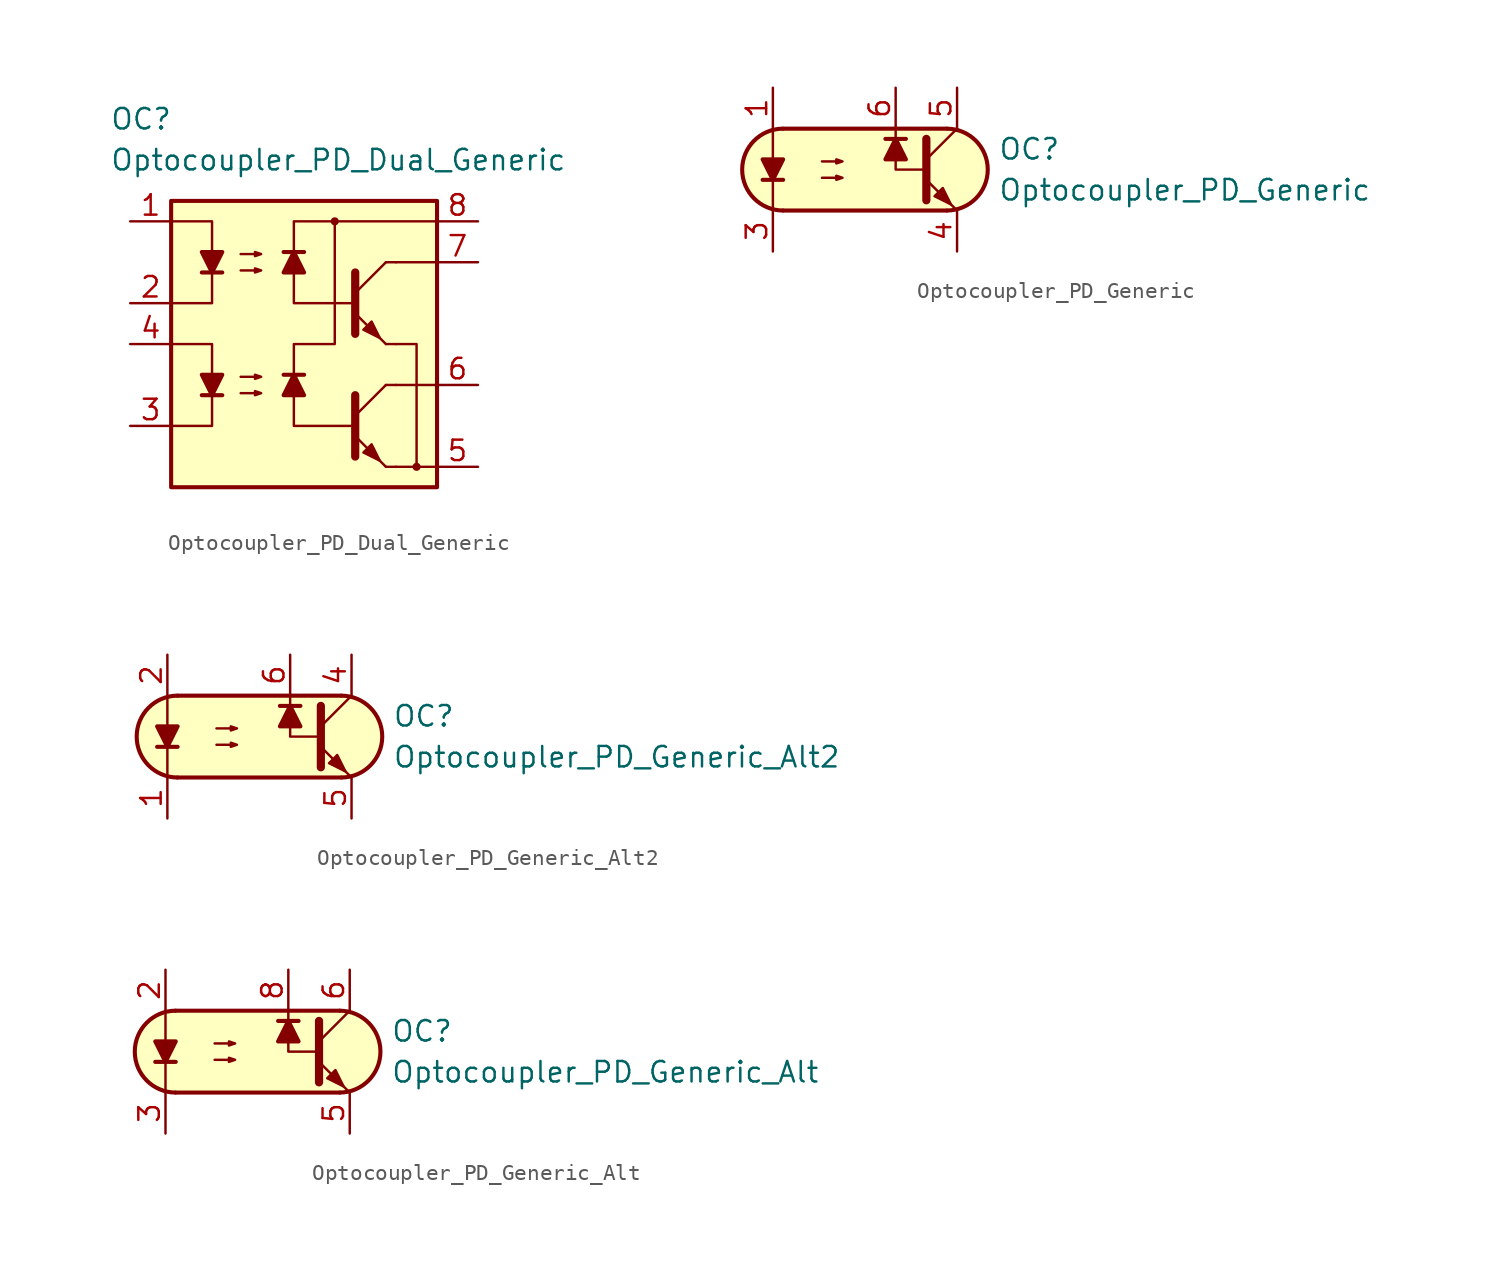
<source format=kicad_sym>
(kicad_symbol_lib
  (version 20211014)
  (generator kicad_symbol_editor)
  (symbol "Optocoupler_PD_Dual_Generic"
    (pin_names
      (offset 1.016))
    (property "Reference" "OC"
      (at -10.16 17.78 0)
      (effects (font (size 1.27 1.27)) (justify left)))
    (property "Value" "Optocoupler_PD_Dual_Generic"
      (at -10.16 15.24 0)
      (effects (font (size 1.27 1.27)) (justify left)))
    (symbol "Optocoupler_PD_Dual_Generic_0_0"
      (rectangle (start -6.35 12.7) (end 10.16 -5.08) (stroke (width 0.254) (type default) (color 0 0 0 0)) (fill (type background)))
      (polyline (pts (xy 7.62 8.89) (xy 10.16 8.89)) (stroke (width 0) (type default) (color 0 0 0 0)) (fill (type none)))
      (polyline (pts (xy 10.16 -3.81) (xy 7.62 -3.81)) (stroke (width 0) (type default) (color 0 0 0 0)) (fill (type none)))
      (polyline (pts (xy 10.16 1.27) (xy 7.62 1.27)) (stroke (width 0) (type default) (color 0 0 0 0)) (fill (type none)))
      (polyline (pts (xy 7.62 3.81) (xy 8.89 3.81) (xy 8.89 -3.81)) (stroke (width 0) (type default) (color 0 0 0 0)) (fill (type none)))
      (polyline (pts (xy 5.08 6.35) (xy 1.27 6.35) (xy 1.27 11.43) (xy 10.16 11.43)) (stroke (width 0) (type default) (color 0 0 0 0)) (fill (type none)))
      (polyline (pts (xy 5.08 -1.27) (xy 1.27 -1.27) (xy 1.27 3.81) (xy 3.81 3.81) (xy 3.81 11.43)) (stroke (width 0) (type default) (color 0 0 0 0)) (fill (type none)))
      (circle (center 3.81 11.43) (radius 0.178) (stroke (width 0) (type default) (color 0 0 0 0)) (fill (type outline))))
    (symbol "Optocoupler_PD_Dual_Generic_0_1"
      (polyline (pts (xy -4.445 0.635) (xy -3.175 0.635)) (stroke (width 0.254) (type default) (color 0 0 0 0)) (fill (type none)))
      (polyline (pts (xy 5.08 -0.635) (xy 6.985 1.27)) (stroke (width 0) (type default) (color 0 0 0 0)) (fill (type none)))
      (polyline (pts (xy 6.985 -3.81) (xy 5.08 -1.905)) (stroke (width 0) (type default) (color 0 0 0 0)) (fill (type outline)))
      (polyline (pts (xy 6.985 -3.81) (xy 7.62 -3.81)) (stroke (width 0) (type default) (color 0 0 0 0)) (fill (type none)))
      (polyline (pts (xy 6.985 1.27) (xy 7.62 1.27)) (stroke (width 0) (type default) (color 0 0 0 0)) (fill (type none)))
      (polyline (pts (xy -6.35 3.81) (xy -3.81 3.81) (xy -3.81 0.635)) (stroke (width 0) (type default) (color 0 0 0 0)) (fill (type none)))
      (polyline (pts (xy -3.81 0.635) (xy -3.81 -1.27) (xy -6.35 -1.27)) (stroke (width 0) (type default) (color 0 0 0 0)) (fill (type none)))
      (polyline (pts (xy 5.08 0.635) (xy 5.08 -3.175) (xy 5.08 -3.175)) (stroke (width 0.508) (type default) (color 0 0 0 0)) (fill (type none)))
      (polyline (pts (xy -3.81 0.635) (xy -4.445 1.905) (xy -3.175 1.905) (xy -3.81 0.635)) (stroke (width 0.254) (type default) (color 0 0 0 0)) (fill (type outline)))
      (polyline (pts (xy -2.032 0.762) (xy -0.762 0.762) (xy -1.143 0.635) (xy -1.143 0.889) (xy -0.762 0.762)) (stroke (width 0) (type default) (color 0 0 0 0)) (fill (type none)))
      (polyline (pts (xy -2.032 1.778) (xy -0.762 1.778) (xy -1.143 1.651) (xy -1.143 1.905) (xy -0.762 1.778)) (stroke (width 0) (type default) (color 0 0 0 0)) (fill (type none)))
      (polyline (pts (xy 5.588 -2.921) (xy 6.096 -2.413) (xy 6.604 -3.429) (xy 5.588 -2.921) (xy 5.588 -2.921)) (stroke (width 0) (type default) (color 0 0 0 0)) (fill (type outline))))
    (symbol "Optocoupler_PD_Dual_Generic_1_1"
      (polyline (pts (xy -4.445 8.255) (xy -3.175 8.255)) (stroke (width 0.254) (type default) (color 0 0 0 0)) (fill (type none)))
      (polyline (pts (xy 1.905 1.905) (xy 0.635 1.905)) (stroke (width 0.254) (type default) (color 0 0 0 0)) (fill (type none)))
      (polyline (pts (xy 1.905 9.525) (xy 0.635 9.525)) (stroke (width 0.254) (type default) (color 0 0 0 0)) (fill (type none)))
      (polyline (pts (xy 5.08 6.985) (xy 6.985 8.89)) (stroke (width 0) (type default) (color 0 0 0 0)) (fill (type none)))
      (polyline (pts (xy 6.985 3.81) (xy 5.08 5.715)) (stroke (width 0) (type default) (color 0 0 0 0)) (fill (type outline)))
      (polyline (pts (xy 6.985 3.81) (xy 7.62 3.81)) (stroke (width 0) (type default) (color 0 0 0 0)) (fill (type none)))
      (polyline (pts (xy 6.985 8.89) (xy 7.62 8.89)) (stroke (width 0) (type default) (color 0 0 0 0)) (fill (type none)))
      (polyline (pts (xy -6.35 11.43) (xy -3.81 11.43) (xy -3.81 8.255)) (stroke (width 0) (type default) (color 0 0 0 0)) (fill (type none)))
      (polyline (pts (xy -3.81 8.255) (xy -3.81 6.35) (xy -6.35 6.35)) (stroke (width 0) (type default) (color 0 0 0 0)) (fill (type none)))
      (polyline (pts (xy 5.08 8.255) (xy 5.08 4.445) (xy 5.08 4.445)) (stroke (width 0.508) (type default) (color 0 0 0 0)) (fill (type none)))
      (polyline (pts (xy -3.81 8.255) (xy -4.445 9.525) (xy -3.175 9.525) (xy -3.81 8.255)) (stroke (width 0.254) (type default) (color 0 0 0 0)) (fill (type outline)))
      (polyline (pts (xy 1.27 1.905) (xy 1.905 0.635) (xy 0.635 0.635) (xy 1.27 1.905)) (stroke (width 0.254) (type default) (color 0 0 0 0)) (fill (type outline)))
      (polyline (pts (xy 1.27 9.525) (xy 1.905 8.255) (xy 0.635 8.255) (xy 1.27 9.525)) (stroke (width 0.254) (type default) (color 0 0 0 0)) (fill (type outline)))
      (polyline (pts (xy -2.032 8.382) (xy -0.762 8.382) (xy -1.143 8.255) (xy -1.143 8.509) (xy -0.762 8.382)) (stroke (width 0) (type default) (color 0 0 0 0)) (fill (type none)))
      (polyline (pts (xy -2.032 9.398) (xy -0.762 9.398) (xy -1.143 9.271) (xy -1.143 9.525) (xy -0.762 9.398)) (stroke (width 0) (type default) (color 0 0 0 0)) (fill (type none)))
      (polyline (pts (xy 5.588 4.699) (xy 6.096 5.207) (xy 6.604 4.191) (xy 5.588 4.699) (xy 5.588 4.699)) (stroke (width 0) (type default) (color 0 0 0 0)) (fill (type outline)))
      (circle (center 8.89 -3.81) (radius 0.178) (stroke (width 0) (type default) (color 0 0 0 0)) (fill (type outline)))
      (pin passive line (at -8.89 11.43 0) (length 2.54) (name "~" (effects (font (size 1.27 1.27)))) (number "1" (effects (font (size 1.27 1.27)))))
      (pin passive line (at -8.89 6.35 0) (length 2.54) (name "~" (effects (font (size 1.27 1.27)))) (number "2" (effects (font (size 1.27 1.27)))))
      (pin passive line (at -8.89 -1.27 0) (length 2.54) (name "~" (effects (font (size 1.27 1.27)))) (number "3" (effects (font (size 1.27 1.27)))))
      (pin passive line (at -8.89 3.81 0) (length 2.54) (name "~" (effects (font (size 1.27 1.27)))) (number "4" (effects (font (size 1.27 1.27)))))
      (pin passive line (at 12.7 -3.81 180) (length 2.54) (name "~" (effects (font (size 1.27 1.27)))) (number "5" (effects (font (size 1.27 1.27)))))
      (pin passive line (at 12.7 1.27 180) (length 2.54) (name "~" (effects (font (size 1.27 1.27)))) (number "6" (effects (font (size 1.27 1.27)))))
      (pin passive line (at 12.7 8.89 180) (length 2.54) (name "~" (effects (font (size 1.27 1.27)))) (number "7" (effects (font (size 1.27 1.27)))))
      (pin passive line (at 12.7 11.43 180) (length 2.54) (name "~" (effects (font (size 1.27 1.27)))) (number "8" (effects (font (size 1.27 1.27)))))))
  (symbol "Optocoupler_PD_Generic"
    (pin_names
      (offset 1.016))
    (property "Reference" "OC"
      (at 8.89 1.27 0)
      (effects (font (size 1.27 1.27)) (justify left)))
    (property "Value" "Optocoupler_PD_Generic"
      (at 8.89 -1.27 0)
      (effects (font (size 1.27 1.27)) (justify left)))
    (symbol "Optocoupler_PD_Generic_0_1"
      (arc (start -4.4675 2.54) (mid -6.9851 0) (end -4.4675 -2.54) (stroke (width 0.254) (type default) (color 0 0 0 0)) (fill (type none)))
      (polyline (pts (xy -5.715 -0.635) (xy -4.445 -0.635)) (stroke (width 0.254) (type default) (color 0 0 0 0)) (fill (type none)))
      (polyline (pts (xy -5.08 2.54) (xy -5.08 -2.54)) (stroke (width 0.152) (type default) (color 0 0 0 0)) (fill (type none)))
      (polyline (pts (xy -4.445 2.54) (xy 5.715 2.54)) (stroke (width 0.254) (type default) (color 0 0 0 0)) (fill (type none)))
      (polyline (pts (xy 4.445 0.635) (xy 6.35 2.54)) (stroke (width 0) (type default) (color 0 0 0 0)) (fill (type none)))
      (polyline (pts (xy 5.715 -2.54) (xy -4.445 -2.54)) (stroke (width 0.254) (type default) (color 0 0 0 0)) (fill (type none)))
      (polyline (pts (xy 6.35 -2.54) (xy 4.445 -0.635)) (stroke (width 0) (type default) (color 0 0 0 0)) (fill (type outline)))
      (polyline (pts (xy 4.445 0) (xy 2.54 0) (xy 2.54 2.54)) (stroke (width 0.152) (type default) (color 0 0 0 0)) (fill (type none)))
      (polyline (pts (xy 4.445 1.905) (xy 4.445 -1.905) (xy 4.445 -1.905)) (stroke (width 0.508) (type default) (color 0 0 0 0)) (fill (type none)))
      (polyline (pts (xy -5.08 -0.635) (xy -5.715 0.635) (xy -4.445 0.635) (xy -5.08 -0.635)) (stroke (width 0.254) (type default) (color 0 0 0 0)) (fill (type outline)))
      (polyline (pts (xy -2.032 -0.508) (xy -0.762 -0.508) (xy -1.143 -0.635) (xy -1.143 -0.381) (xy -0.762 -0.508)) (stroke (width 0) (type default) (color 0 0 0 0)) (fill (type none)))
      (polyline (pts (xy -2.032 0.508) (xy -0.762 0.508) (xy -1.143 0.381) (xy -1.143 0.635) (xy -0.762 0.508)) (stroke (width 0) (type default) (color 0 0 0 0)) (fill (type none)))
      (polyline (pts (xy 4.953 -1.651) (xy 5.461 -1.143) (xy 5.969 -2.159) (xy 4.953 -1.651) (xy 4.953 -1.651)) (stroke (width 0) (type default) (color 0 0 0 0)) (fill (type outline)))
      (polyline (pts (xy -5.08 2.54) (xy 3.556 2.54) (xy 4.826 2.54) (xy 6.096 2.54) (xy 7.112 2.159) (xy 8.001 1.143) (xy 8.255 0.127) (xy 8.128 -0.762) (xy 7.747 -1.524) (xy 7.366 -1.905) (xy 6.858 -2.286) (xy 5.969 -2.54) (xy -4.699 -2.54) (xy -5.969 -2.032) (xy -6.731 -1.143) (xy -6.985 -0.127) (xy -6.858 0.889) (xy -6.223 1.778) (xy -5.461 2.286) (xy -4.445 2.54) (xy -4.318 2.54) (xy -4.191 2.54) (xy -5.08 2.54)) (stroke (width 0.01) (type default) (color 0 0 0 0)) (fill (type background)))
      (arc (start 5.7375 -2.54) (mid 8.2551 0) (end 5.7375 2.54) (stroke (width 0.254) (type default) (color 0 0 0 0)) (fill (type none))))
    (symbol "Optocoupler_PD_Generic_1_1"
      (polyline (pts (xy 3.175 1.905) (xy 1.905 1.905)) (stroke (width 0.254) (type default) (color 0 0 0 0)) (fill (type none)))
      (polyline (pts (xy 2.54 1.905) (xy 3.175 0.635) (xy 1.905 0.635) (xy 2.54 1.905)) (stroke (width 0.254) (type default) (color 0 0 0 0)) (fill (type outline)))
      (pin passive line (at -5.08 5.08 270) (length 2.54) (name "~" (effects (font (size 1.27 1.27)))) (number "1" (effects (font (size 1.27 1.27)))))
      (pin no_connect line (at 0 0 0) (length 2.54) hide (name "NC" (effects (font (size 1.27 1.27)))) (number "2" (effects (font (size 1.27 1.27)))))
      (pin passive line (at -5.08 -5.08 90) (length 2.54) (name "~" (effects (font (size 1.27 1.27)))) (number "3" (effects (font (size 1.27 1.27)))))
      (pin passive line (at 6.35 -5.08 90) (length 2.54) (name "~" (effects (font (size 1.27 1.27)))) (number "4" (effects (font (size 1.27 1.27)))))
      (pin passive line (at 6.35 5.08 270) (length 2.54) (name "~" (effects (font (size 1.27 1.27)))) (number "5" (effects (font (size 1.27 1.27)))))
      (pin passive line (at 2.54 5.08 270) (length 2.54) (name "~" (effects (font (size 1.27 1.27)))) (number "6" (effects (font (size 1.27 1.27)))))))
  (symbol "Optocoupler_PD_Generic_Alt2"
    (pin_names
      (offset 1.016))
    (property "Reference" "OC"
      (at 8.89 1.27 0)
      (effects (font (size 1.27 1.27)) (justify left)))
    (property "Value" "Optocoupler_PD_Generic_Alt2"
      (at 8.89 -1.27 0)
      (effects (font (size 1.27 1.27)) (justify left)))
    (symbol "Optocoupler_PD_Generic_Alt2_0_1"
      (arc (start -4.4675 2.54) (mid -6.9851 0) (end -4.4675 -2.54) (stroke (width 0.254) (type default) (color 0 0 0 0)) (fill (type none)))
      (polyline (pts (xy -5.715 -0.635) (xy -4.445 -0.635)) (stroke (width 0.254) (type default) (color 0 0 0 0)) (fill (type none)))
      (polyline (pts (xy -5.08 2.54) (xy -5.08 -2.54)) (stroke (width 0.152) (type default) (color 0 0 0 0)) (fill (type none)))
      (polyline (pts (xy -4.445 2.54) (xy 5.715 2.54)) (stroke (width 0.254) (type default) (color 0 0 0 0)) (fill (type none)))
      (polyline (pts (xy 4.445 0.635) (xy 6.35 2.54)) (stroke (width 0) (type default) (color 0 0 0 0)) (fill (type none)))
      (polyline (pts (xy 5.715 -2.54) (xy -4.445 -2.54)) (stroke (width 0.254) (type default) (color 0 0 0 0)) (fill (type none)))
      (polyline (pts (xy 6.35 -2.54) (xy 4.445 -0.635)) (stroke (width 0) (type default) (color 0 0 0 0)) (fill (type outline)))
      (polyline (pts (xy 4.445 0) (xy 2.54 0) (xy 2.54 2.54)) (stroke (width 0.152) (type default) (color 0 0 0 0)) (fill (type none)))
      (polyline (pts (xy 4.445 1.905) (xy 4.445 -1.905) (xy 4.445 -1.905)) (stroke (width 0.508) (type default) (color 0 0 0 0)) (fill (type none)))
      (polyline (pts (xy -5.08 -0.635) (xy -5.715 0.635) (xy -4.445 0.635) (xy -5.08 -0.635)) (stroke (width 0.254) (type default) (color 0 0 0 0)) (fill (type outline)))
      (polyline (pts (xy -2.032 -0.508) (xy -0.762 -0.508) (xy -1.143 -0.635) (xy -1.143 -0.381) (xy -0.762 -0.508)) (stroke (width 0) (type default) (color 0 0 0 0)) (fill (type none)))
      (polyline (pts (xy -2.032 0.508) (xy -0.762 0.508) (xy -1.143 0.381) (xy -1.143 0.635) (xy -0.762 0.508)) (stroke (width 0) (type default) (color 0 0 0 0)) (fill (type none)))
      (polyline (pts (xy 4.953 -1.651) (xy 5.461 -1.143) (xy 5.969 -2.159) (xy 4.953 -1.651) (xy 4.953 -1.651)) (stroke (width 0) (type default) (color 0 0 0 0)) (fill (type outline)))
      (polyline (pts (xy -5.08 2.54) (xy 3.556 2.54) (xy 4.826 2.54) (xy 6.096 2.54) (xy 7.112 2.159) (xy 8.001 1.143) (xy 8.255 0.127) (xy 8.128 -0.762) (xy 7.747 -1.524) (xy 7.366 -1.905) (xy 6.858 -2.286) (xy 5.969 -2.54) (xy -4.699 -2.54) (xy -5.969 -2.032) (xy -6.731 -1.143) (xy -6.985 -0.127) (xy -6.858 0.889) (xy -6.223 1.778) (xy -5.461 2.286) (xy -4.445 2.54) (xy -4.318 2.54) (xy -4.191 2.54) (xy -5.08 2.54)) (stroke (width 0.01) (type default) (color 0 0 0 0)) (fill (type background)))
      (arc (start 5.7375 -2.54) (mid 8.2551 0) (end 5.7375 2.54) (stroke (width 0.254) (type default) (color 0 0 0 0)) (fill (type none))))
    (symbol "Optocoupler_PD_Generic_Alt2_1_1"
      (polyline (pts (xy 3.175 1.905) (xy 1.905 1.905)) (stroke (width 0.254) (type default) (color 0 0 0 0)) (fill (type none)))
      (polyline (pts (xy 2.54 1.905) (xy 3.175 0.635) (xy 1.905 0.635) (xy 2.54 1.905)) (stroke (width 0.254) (type default) (color 0 0 0 0)) (fill (type outline)))
      (pin passive line (at -5.08 -5.08 90) (length 2.54) (name "~" (effects (font (size 1.27 1.27)))) (number "1" (effects (font (size 1.27 1.27)))))
      (pin passive line (at -5.08 5.08 270) (length 2.54) (name "~" (effects (font (size 1.27 1.27)))) (number "2" (effects (font (size 1.27 1.27)))))
      (pin no_connect line (at 0 0 0) (length 2.54) hide (name "NC" (effects (font (size 1.27 1.27)))) (number "3" (effects (font (size 1.27 1.27)))))
      (pin passive line (at 6.35 5.08 270) (length 2.54) (name "~" (effects (font (size 1.27 1.27)))) (number "4" (effects (font (size 1.27 1.27)))))
      (pin passive line (at 6.35 -5.08 90) (length 2.54) (name "~" (effects (font (size 1.27 1.27)))) (number "5" (effects (font (size 1.27 1.27)))))
      (pin passive line (at 2.54 5.08 270) (length 2.54) (name "~" (effects (font (size 1.27 1.27)))) (number "6" (effects (font (size 1.27 1.27)))))))
  (symbol "Optocoupler_PD_Generic_Alt"
    (pin_names
      (offset 1.016))
    (property "Reference" "OC"
      (at 8.89 1.27 0)
      (effects (font (size 1.27 1.27)) (justify left)))
    (property "Value" "Optocoupler_PD_Generic_Alt"
      (at 8.89 -1.27 0)
      (effects (font (size 1.27 1.27)) (justify left)))
    (symbol "Optocoupler_PD_Generic_Alt_0_1"
      (arc (start -4.4675 2.54) (mid -6.9851 0) (end -4.4675 -2.54) (stroke (width 0.254) (type default) (color 0 0 0 0)) (fill (type none)))
      (polyline (pts (xy -5.715 -0.635) (xy -4.445 -0.635)) (stroke (width 0.254) (type default) (color 0 0 0 0)) (fill (type none)))
      (polyline (pts (xy -5.08 2.54) (xy -5.08 -2.54)) (stroke (width 0.152) (type default) (color 0 0 0 0)) (fill (type none)))
      (polyline (pts (xy -4.445 2.54) (xy 5.715 2.54)) (stroke (width 0.254) (type default) (color 0 0 0 0)) (fill (type none)))
      (polyline (pts (xy 4.445 0.635) (xy 6.35 2.54)) (stroke (width 0) (type default) (color 0 0 0 0)) (fill (type none)))
      (polyline (pts (xy 5.715 -2.54) (xy -4.445 -2.54)) (stroke (width 0.254) (type default) (color 0 0 0 0)) (fill (type none)))
      (polyline (pts (xy 6.35 -2.54) (xy 4.445 -0.635)) (stroke (width 0) (type default) (color 0 0 0 0)) (fill (type outline)))
      (polyline (pts (xy 4.445 0) (xy 2.54 0) (xy 2.54 2.54)) (stroke (width 0.152) (type default) (color 0 0 0 0)) (fill (type none)))
      (polyline (pts (xy 4.445 1.905) (xy 4.445 -1.905) (xy 4.445 -1.905)) (stroke (width 0.508) (type default) (color 0 0 0 0)) (fill (type none)))
      (polyline (pts (xy -5.08 -0.635) (xy -5.715 0.635) (xy -4.445 0.635) (xy -5.08 -0.635)) (stroke (width 0.254) (type default) (color 0 0 0 0)) (fill (type outline)))
      (polyline (pts (xy -2.032 -0.508) (xy -0.762 -0.508) (xy -1.143 -0.635) (xy -1.143 -0.381) (xy -0.762 -0.508)) (stroke (width 0) (type default) (color 0 0 0 0)) (fill (type none)))
      (polyline (pts (xy -2.032 0.508) (xy -0.762 0.508) (xy -1.143 0.381) (xy -1.143 0.635) (xy -0.762 0.508)) (stroke (width 0) (type default) (color 0 0 0 0)) (fill (type none)))
      (polyline (pts (xy 4.953 -1.651) (xy 5.461 -1.143) (xy 5.969 -2.159) (xy 4.953 -1.651) (xy 4.953 -1.651)) (stroke (width 0) (type default) (color 0 0 0 0)) (fill (type outline)))
      (polyline (pts (xy -5.08 2.54) (xy 3.556 2.54) (xy 4.826 2.54) (xy 6.096 2.54) (xy 7.112 2.159) (xy 8.001 1.143) (xy 8.255 0.127) (xy 8.128 -0.762) (xy 7.747 -1.524) (xy 7.366 -1.905) (xy 6.858 -2.286) (xy 5.969 -2.54) (xy -4.699 -2.54) (xy -5.969 -2.032) (xy -6.731 -1.143) (xy -6.985 -0.127) (xy -6.858 0.889) (xy -6.223 1.778) (xy -5.461 2.286) (xy -4.445 2.54) (xy -4.318 2.54) (xy -4.191 2.54) (xy -5.08 2.54)) (stroke (width 0.01) (type default) (color 0 0 0 0)) (fill (type background)))
      (arc (start 5.7375 -2.54) (mid 8.2551 0) (end 5.7375 2.54) (stroke (width 0.254) (type default) (color 0 0 0 0)) (fill (type none))))
    (symbol "Optocoupler_PD_Generic_Alt_1_1"
      (polyline (pts (xy 3.175 1.905) (xy 1.905 1.905)) (stroke (width 0.254) (type default) (color 0 0 0 0)) (fill (type none)))
      (polyline (pts (xy 2.54 1.905) (xy 3.175 0.635) (xy 1.905 0.635) (xy 2.54 1.905)) (stroke (width 0.254) (type default) (color 0 0 0 0)) (fill (type outline)))
      (pin no_connect line (at -2.54 1.27 0) (length 2.54) hide (name "NC" (effects (font (size 1.27 1.27)))) (number "1" (effects (font (size 1.27 1.27)))))
      (pin passive line (at -5.08 5.08 270) (length 2.54) (name "~" (effects (font (size 1.27 1.27)))) (number "2" (effects (font (size 1.27 1.27)))))
      (pin no_connect line (at -2.54 -1.27 0) (length 2.54) hide (name "NC" (effects (font (size 1.27 1.27)))) (number "3" (effects (font (size 1.27 1.27)))))
      (pin passive line (at -5.08 -5.08 90) (length 2.54) (name "~" (effects (font (size 1.27 1.27)))) (number "3" (effects (font (size 1.27 1.27)))))
      (pin no_connect line (at 1.27 0 0) (length 2.54) hide (name "NC" (effects (font (size 1.27 1.27)))) (number "4" (effects (font (size 1.27 1.27)))))
      (pin passive line (at 6.35 -5.08 90) (length 2.54) (name "~" (effects (font (size 1.27 1.27)))) (number "5" (effects (font (size 1.27 1.27)))))
      (pin passive line (at 6.35 5.08 270) (length 2.54) (name "~" (effects (font (size 1.27 1.27)))) (number "6" (effects (font (size 1.27 1.27)))))
      (pin passive line (at 2.54 5.08 270) (length 2.54) (name "~" (effects (font (size 1.27 1.27)))) (number "8" (effects (font (size 1.27 1.27))))))))
</source>
